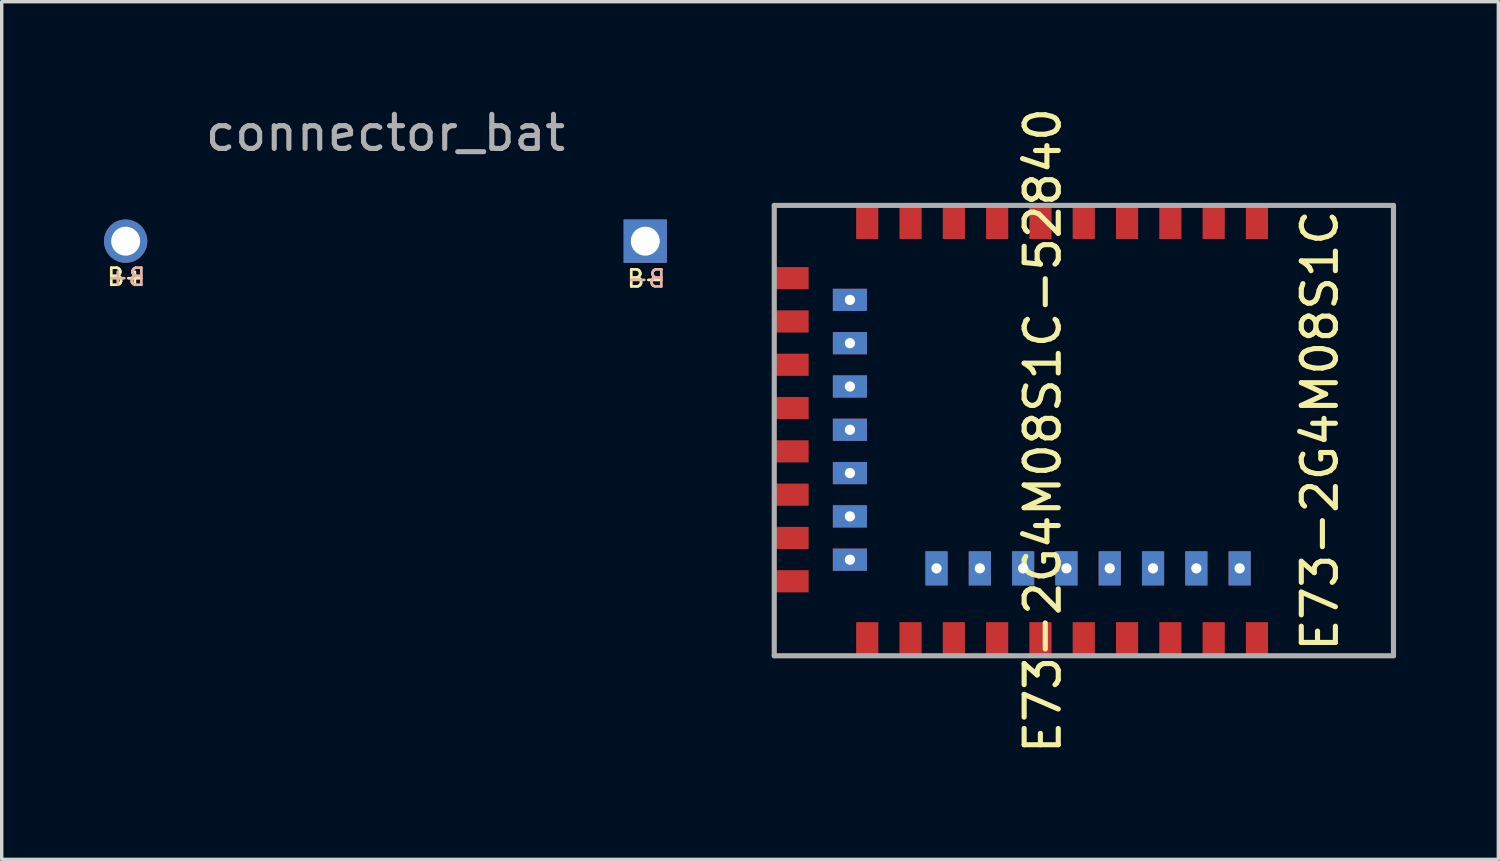
<source format=kicad_pcb>
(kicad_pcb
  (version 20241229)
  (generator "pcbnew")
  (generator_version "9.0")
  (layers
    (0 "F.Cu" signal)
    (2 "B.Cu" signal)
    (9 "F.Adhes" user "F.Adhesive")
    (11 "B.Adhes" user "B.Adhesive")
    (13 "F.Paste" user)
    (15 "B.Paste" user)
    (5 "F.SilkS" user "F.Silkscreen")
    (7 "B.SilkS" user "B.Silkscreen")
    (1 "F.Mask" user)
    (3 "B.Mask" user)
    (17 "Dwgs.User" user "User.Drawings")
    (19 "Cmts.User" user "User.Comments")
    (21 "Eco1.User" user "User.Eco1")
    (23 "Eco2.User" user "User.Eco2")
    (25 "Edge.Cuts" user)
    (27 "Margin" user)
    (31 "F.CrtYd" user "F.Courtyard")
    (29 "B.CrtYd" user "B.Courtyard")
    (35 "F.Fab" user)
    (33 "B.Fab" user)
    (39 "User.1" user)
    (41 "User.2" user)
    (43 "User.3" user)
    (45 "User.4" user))
  (footprint "E73-2G4M08S1C-52840"
    (layer "F.Cu")
    (at 19.785 9.578)
    (property "Reference" "E73-2G4M08S1C-52840" (at 7.747 -0.000467 270) (layer "F.SilkS") (effects (font (size 1 1) (thickness 0.15))))
    (attr through_hole)
    (fp_line (start -0.127 -6.604) (end -0.127 6.604) (stroke (width 0.15) (type solid)) (layer "F.Fab"))
    (fp_line (start -0.127 6.604) (end 18.034 6.604) (stroke (width 0.15) (type solid)) (layer "F.Fab"))
    (fp_line (start 18.034 -6.604) (end -0.127 -6.604) (stroke (width 0.15) (type solid)) (layer "F.Fab"))
    (fp_line (start 18.034 6.604) (end 18.034 -6.604) (stroke (width 0.15) (type solid)) (layer "F.Fab"))
    (fp_text user "E73-2G4M08S1C" (at 15.875 0 90) (layer "F.SilkS") (effects (font (size 1 1) (thickness 0.15))))
    (pad "1" smd rect (at 14.03 -6.119) (size 0.65 1) (layers "F.Cu" "F.Mask" "F.Paste"))
    (pad "2" smd rect (at 12.76 -6.119) (size 0.65 1) (layers "F.Cu" "F.Mask" "F.Paste"))
    (pad "3" smd rect (at 11.49 -6.119) (size 0.65 1) (layers "F.Cu" "F.Mask" "F.Paste"))
    (pad "4" smd rect (at 10.22 -6.119) (size 0.65 1) (layers "F.Cu" "F.Mask" "F.Paste"))
    (pad "5" smd rect (at 8.95 -6.119) (size 0.65 1) (layers "F.Cu" "F.Mask" "F.Paste"))
    (pad "6" smd rect (at 7.68 -6.119) (size 0.65 1) (layers "F.Cu" "F.Mask" "F.Paste"))
    (pad "7" smd rect (at 6.41 -6.119) (size 0.65 1) (layers "F.Cu" "F.Mask" "F.Paste"))
    (pad "8" smd rect (at 5.14 -6.119) (size 0.65 1) (layers "F.Cu" "F.Mask" "F.Paste"))
    (pad "9" smd rect (at 3.87 -6.119) (size 0.65 1) (layers "F.Cu" "F.Mask" "F.Paste"))
    (pad "10" smd rect (at 2.6 -6.119) (size 0.65 1) (layers "F.Cu" "F.Mask" "F.Paste"))
    (pad "11" smd rect (at 0.381 -4.47 90) (size 0.65 1) (layers "F.Cu" "F.Mask" "F.Paste"))
    (pad "12" thru_hole rect (at 2.092 -3.833 90) (size 0.65 1) (drill 0.3) (layers "*.Cu" "*.Mask"))
    (pad "13" smd rect (at 0.381 -3.2 90) (size 0.65 1) (layers "F.Cu" "F.Mask" "F.Paste"))
    (pad "14" thru_hole rect (at 2.092 -2.563 90) (size 0.65 1) (drill 0.3) (layers "*.Cu" "*.Mask"))
    (pad "15" smd rect (at 0.381 -1.93 90) (size 0.65 1) (layers "F.Cu" "F.Mask" "F.Paste"))
    (pad "16" thru_hole rect (at 2.092 -1.293 90) (size 0.65 1) (drill 0.3) (layers "*.Cu" "*.Mask"))
    (pad "17" smd rect (at 0.381 -0.66 90) (size 0.65 1) (layers "F.Cu" "F.Mask" "F.Paste"))
    (pad "18" thru_hole rect (at 2.092 -0.023 90) (size 0.65 1) (drill 0.3) (layers "*.Cu" "*.Mask"))
    (pad "19" smd rect (at 0.381 0.61 90) (size 0.65 1) (layers "F.Cu" "F.Mask" "F.Paste"))
    (pad "20" thru_hole rect (at 2.092 1.247 90) (size 0.65 1) (drill 0.3) (layers "*.Cu" "*.Mask"))
    (pad "21" smd rect (at 0.381 1.88 90) (size 0.65 1) (layers "F.Cu" "F.Mask" "F.Paste"))
    (pad "22" thru_hole rect (at 2.092 2.517 90) (size 0.65 1) (drill 0.3) (layers "*.Cu" "*.Mask"))
    (pad "23" smd rect (at 0.381 3.15 90) (size 0.65 1) (layers "F.Cu" "F.Mask" "F.Paste"))
    (pad "24" thru_hole rect (at 2.092 3.787 90) (size 0.65 1) (drill 0.3) (layers "*.Cu" "*.Mask"))
    (pad "25" smd rect (at 0.381 4.42 90) (size 0.65 1) (layers "F.Cu" "F.Mask" "F.Paste"))
    (pad "26" smd rect (at 2.6 6.119) (size 0.65 1) (layers "F.Cu" "F.Mask" "F.Paste"))
    (pad "27" smd rect (at 3.87 6.119) (size 0.65 1) (layers "F.Cu" "F.Mask" "F.Paste"))
    (pad "28" thru_hole rect (at 4.632 4.041) (size 0.65 1) (drill 0.3) (layers "*.Cu" "*.Mask"))
    (pad "29" smd rect (at 5.14 6.119) (size 0.65 1) (layers "F.Cu" "F.Mask" "F.Paste"))
    (pad "30" thru_hole rect (at 5.902 4.041) (size 0.65 1) (drill 0.3) (layers "*.Cu" "*.Mask"))
    (pad "31" smd rect (at 6.41 6.119) (size 0.65 1) (layers "F.Cu" "F.Mask" "F.Paste"))
    (pad "32" thru_hole rect (at 7.172 4.041) (size 0.65 1) (drill 0.3) (layers "*.Cu" "*.Mask"))
    (pad "33" smd rect (at 7.68 6.119) (size 0.65 1) (layers "F.Cu" "F.Mask" "F.Paste"))
    (pad "34" thru_hole rect (at 8.442 4.041) (size 0.65 1) (drill 0.3) (layers "*.Cu" "*.Mask"))
    (pad "35" smd rect (at 8.95 6.119) (size 0.65 1) (layers "F.Cu" "F.Mask" "F.Paste"))
    (pad "36" thru_hole rect (at 9.712 4.041) (size 0.65 1) (drill 0.3) (layers "*.Cu" "*.Mask"))
    (pad "37" smd rect (at 10.22 6.119) (size 0.65 1) (layers "F.Cu" "F.Mask" "F.Paste"))
    (pad "38" thru_hole rect (at 10.982 4.041) (size 0.65 1) (drill 0.3) (layers "*.Cu" "*.Mask"))
    (pad "39" smd rect (at 11.49 6.119) (size 0.65 1) (layers "F.Cu" "F.Mask" "F.Paste"))
    (pad "40" thru_hole rect (at 12.252 4.041) (size 0.65 1) (drill 0.3) (layers "*.Cu" "*.Mask"))
    (pad "41" smd rect (at 12.76 6.119) (size 0.65 1) (layers "F.Cu" "F.Mask" "F.Paste"))
    (pad "42" thru_hole rect (at 13.522 4.041) (size 0.65 1) (drill 0.3) (layers "*.Cu" "*.Mask"))
    (pad "43" smd rect (at 14.03 6.119) (size 0.65 1) (layers "F.Cu" "F.Mask" "F.Paste")))
  (footprint "connector_bat"
    (layer "F.Cu")
    (at 8.255 4.023)
    (property "Reference" "connector_bat" (at 0 -3.175 0) (layer "F.Fab") (effects (font (size 1 1) (thickness 0.15))))
    (attr through_hole)
    (fp_text user "B-" (at 7.65 1.1 180) (layer "F.SilkS") (effects (font (size 0.5 0.5) (thickness 0.08))))
    (fp_text user "B+" (at -7.6 1.05 0) (layer "F.SilkS") (effects (font (size 0.5 0.5) (thickness 0.08))))
    (fp_text user "B+" (at -7.6 1.05 0) (layer "B.SilkS") (effects (font (size 0.5 0.5) (thickness 0.08)) (justify mirror)))
    (fp_text user "B-" (at 7.65 1.1 180) (layer "B.SilkS") (effects (font (size 0.5 0.5) (thickness 0.08)) (justify mirror)))
    (pad "1" thru_hole circle (at -7.62 0 90) (size 1.27 1.27) (drill 0.85) (layers "*.Cu" "*.Mask"))
    (pad "2" thru_hole rect (at 7.62 0) (size 1.27 1.27) (drill 0.85) (layers "*.Cu" "*.Mask")))
  (gr_rect
    (start -3 -3)
    (end 40.894 22.155)
    (stroke (width 0.1) (type default))
    (fill no)
    (layer "Edge.Cuts")))
</source>
